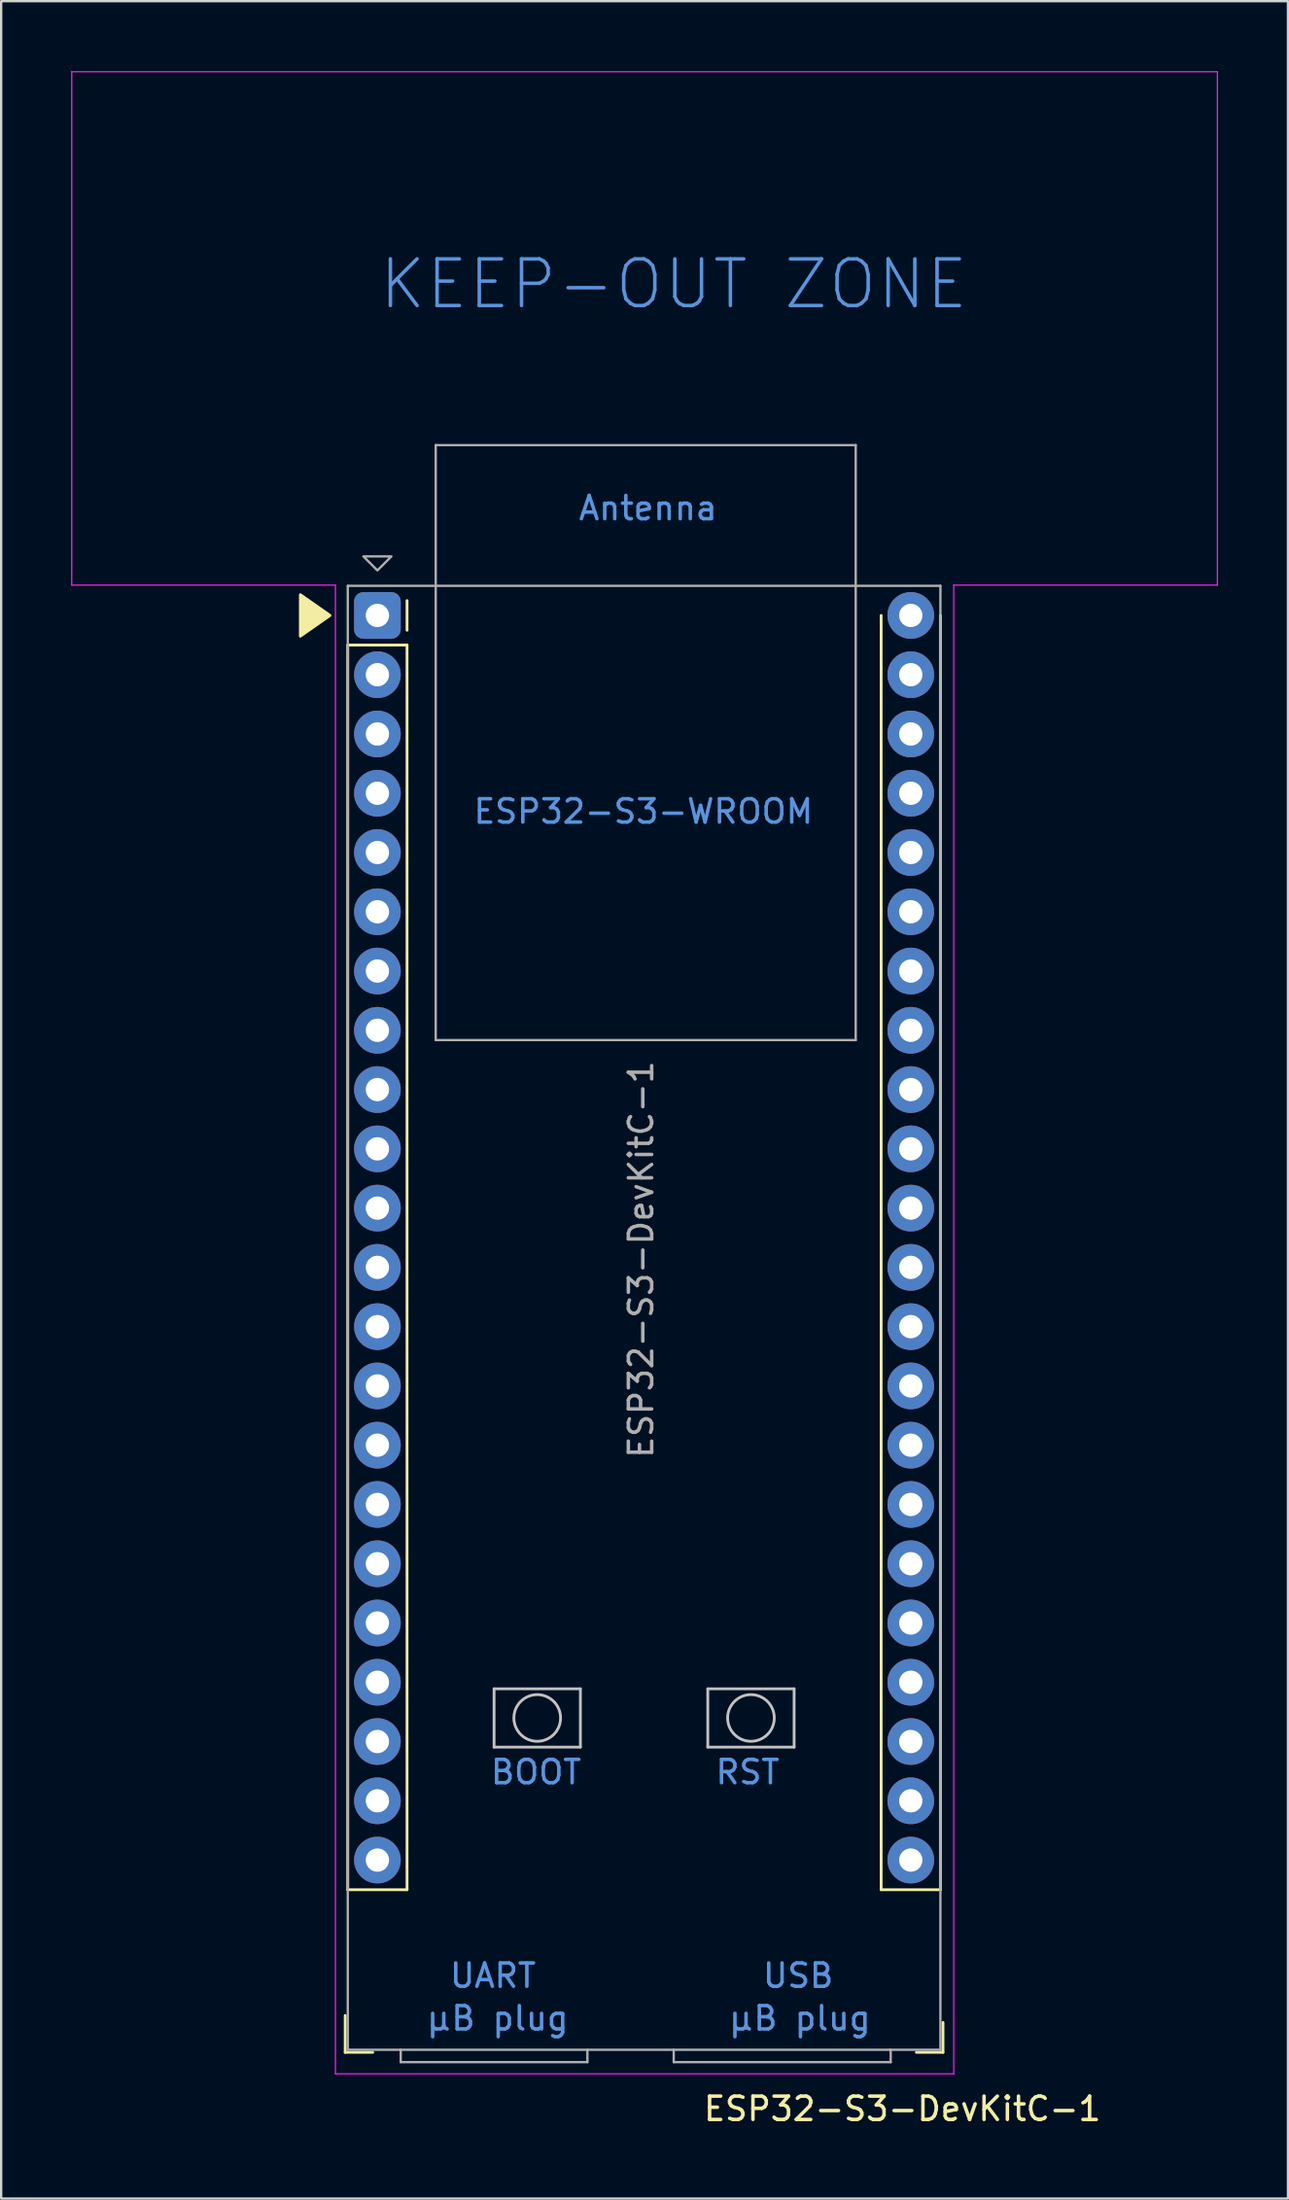
<source format=kicad_pcb>
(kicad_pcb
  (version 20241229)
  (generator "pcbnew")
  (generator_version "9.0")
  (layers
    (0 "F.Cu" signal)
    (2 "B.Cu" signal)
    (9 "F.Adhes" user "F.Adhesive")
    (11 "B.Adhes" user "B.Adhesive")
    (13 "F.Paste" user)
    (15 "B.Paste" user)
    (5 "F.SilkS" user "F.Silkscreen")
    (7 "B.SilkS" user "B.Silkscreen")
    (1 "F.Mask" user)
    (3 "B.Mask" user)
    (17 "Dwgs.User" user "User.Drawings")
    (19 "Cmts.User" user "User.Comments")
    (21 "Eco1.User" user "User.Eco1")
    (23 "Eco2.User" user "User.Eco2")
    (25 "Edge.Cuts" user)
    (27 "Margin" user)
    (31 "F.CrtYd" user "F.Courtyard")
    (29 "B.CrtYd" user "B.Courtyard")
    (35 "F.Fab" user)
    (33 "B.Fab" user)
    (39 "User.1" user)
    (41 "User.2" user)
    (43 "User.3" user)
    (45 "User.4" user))
  (footprint "ESP32-S3-DevKitC-1"
    (layer "F.Cu")
    (at 13.125 23.325)
    (property "Reference" "ESP32-S3-DevKitC-1" (at 22.5 64 0) (unlocked yes) (layer "F.SilkS") (effects (font (size 1 1) (thickness 0.15))))
    (attr through_hole)
    (fp_line (start -1.38 60) (end -1.38 61.58) (stroke (width 0.12) (type solid)) (layer "F.SilkS"))
    (fp_line (start -1.27 54.61) (end -1.27 1.27) (stroke (width 0.12) (type solid)) (layer "F.SilkS"))
    (fp_line (start -0.2 61.58) (end -1.38 61.58) (stroke (width 0.12) (type solid)) (layer "F.SilkS"))
    (fp_line (start 1.27 0.635) (end 1.27 -0.635) (stroke (width 0.12) (type solid)) (layer "F.SilkS"))
    (fp_line (start 1.27 1.27) (end -1.27 1.27) (stroke (width 0.12) (type solid)) (layer "F.SilkS"))
    (fp_line (start 1.27 1.27) (end 1.27 54.61) (stroke (width 0.12) (type solid)) (layer "F.SilkS"))
    (fp_line (start 1.27 54.61) (end -1.27 54.61) (stroke (width 0.12) (type solid)) (layer "F.SilkS"))
    (fp_line (start 21.59 54.61) (end 21.59 0) (stroke (width 0.12) (type solid)) (layer "F.SilkS"))
    (fp_line (start 23.1 61.58) (end 24.24 61.58) (stroke (width 0.12) (type solid)) (layer "F.SilkS"))
    (fp_line (start 24.13 0) (end 24.13 54.61) (stroke (width 0.12) (type solid)) (layer "F.SilkS"))
    (fp_line (start 24.13 54.61) (end 21.59 54.61) (stroke (width 0.12) (type solid)) (layer "F.SilkS"))
    (fp_line (start 24.24 60.3) (end 24.24 61.58) (stroke (width 0.12) (type solid)) (layer "F.SilkS"))
    (fp_poly (pts (xy -2.032 0) (xy -3.302 0.889) (xy -3.302 -0.889)) (stroke (width 0.12) (type solid)) (fill yes) (layer "F.SilkS"))
    (fp_line (start 5 46) (end 5 48.5) (stroke (width 0.12) (type solid)) (layer "Dwgs.User"))
    (fp_line (start 5 48.5) (end 8.7 48.5) (stroke (width 0.12) (type solid)) (layer "Dwgs.User"))
    (fp_line (start 8.7 46) (end 5 46) (stroke (width 0.12) (type solid)) (layer "Dwgs.User"))
    (fp_line (start 8.7 48.5) (end 8.7 46) (stroke (width 0.12) (type solid)) (layer "Dwgs.User"))
    (fp_line (start 14.16 46) (end 17.86 46) (stroke (width 0.12) (type solid)) (layer "Dwgs.User"))
    (fp_line (start 14.16 48.5) (end 14.16 46) (stroke (width 0.12) (type solid)) (layer "Dwgs.User"))
    (fp_line (start 17.86 46) (end 17.86 48.5) (stroke (width 0.12) (type solid)) (layer "Dwgs.User"))
    (fp_line (start 17.86 48.5) (end 14.16 48.5) (stroke (width 0.12) (type solid)) (layer "Dwgs.User"))
    (fp_circle (center 6.85 47.25) (end 7.85 47.25) (stroke (width 0.12) (type solid)) (fill no) (layer "Dwgs.User"))
    (fp_circle (center 16.01 47.25) (end 15.01 47.25) (stroke (width 0.12) (type solid)) (fill no) (layer "Dwgs.User"))
    (fp_line (start -13.1 -23.3) (end -13.1 -1.3) (stroke (width 0.05) (type solid)) (layer "F.CrtYd"))
    (fp_line (start -13.1 -1.3) (end -1.8 -1.3) (stroke (width 0.05) (type solid)) (layer "F.CrtYd"))
    (fp_line (start -1.8 -1.3) (end -1.8 62.5) (stroke (width 0.05) (type solid)) (layer "F.CrtYd"))
    (fp_line (start -1.8 62.5) (end 24.7 62.5) (stroke (width 0.05) (type solid)) (layer "F.CrtYd"))
    (fp_line (start 24.7 -1.3) (end 36 -1.3) (stroke (width 0.05) (type solid)) (layer "F.CrtYd"))
    (fp_line (start 24.7 62.5) (end 24.7 -1.3) (stroke (width 0.05) (type solid)) (layer "F.CrtYd"))
    (fp_line (start 36 -23.3) (end -13.1 -23.3) (stroke (width 0.05) (type solid)) (layer "F.CrtYd"))
    (fp_line (start 36 -1.3) (end 36 -23.3) (stroke (width 0.05) (type solid)) (layer "F.CrtYd"))
    (fp_line (start -1.27 -1.27) (end 24.13 -1.27) (stroke (width 0.1) (type solid)) (layer "F.Fab"))
    (fp_line (start -1.27 61.47) (end -1.27 -1.27) (stroke (width 0.1) (type solid)) (layer "F.Fab"))
    (fp_line (start 1 61.468) (end 1 62) (stroke (width 0.1) (type solid)) (layer "F.Fab"))
    (fp_line (start 1 62) (end 9 62) (stroke (width 0.1) (type solid)) (layer "F.Fab"))
    (fp_line (start 2.5 -7.3) (end 20.5 -7.3) (stroke (width 0.1) (type solid)) (layer "F.Fab"))
    (fp_line (start 2.5 18.2) (end 2.5 -7.3) (stroke (width 0.1) (type solid)) (layer "F.Fab"))
    (fp_line (start 2.5 18.2) (end 20.5 18.2) (stroke (width 0.1) (type solid)) (layer "F.Fab"))
    (fp_line (start 9 62) (end 9 61.468) (stroke (width 0.1) (type solid)) (layer "F.Fab"))
    (fp_line (start 12.7 62) (end 12.7 61.468) (stroke (width 0.1) (type solid)) (layer "F.Fab"))
    (fp_line (start 20.5 18.2) (end 20.5 -7.3) (stroke (width 0.1) (type solid)) (layer "F.Fab"))
    (fp_line (start 22 61.468) (end 22 62) (stroke (width 0.1) (type solid)) (layer "F.Fab"))
    (fp_line (start 22 62) (end 12.7 62) (stroke (width 0.1) (type solid)) (layer "F.Fab"))
    (fp_line (start 24.13 -1.27) (end 24.13 61.47) (stroke (width 0.1) (type solid)) (layer "F.Fab"))
    (fp_line (start 24.13 61.47) (end -1.27 61.47) (stroke (width 0.1) (type solid)) (layer "F.Fab"))
    (fp_poly (pts (xy 0 -1.93) (xy -0.6 -2.53) (xy 0.6 -2.53)) (stroke (width 0.1) (type solid)) (fill no) (layer "F.Fab"))
    (fp_text user "ESP32-S3-WROOM" (at 11.4 8.4 0) (unlocked yes) (layer "Cmts.User") (effects (font (size 1 1) (thickness 0.15))))
    (fp_text user "BOOT" (at 6.8 49.57 0) (unlocked yes) (layer "Cmts.User") (effects (font (size 1 1) (thickness 0.15))))
    (fp_text user "KEEP-OUT ZONE" (at 12.7 -14.2 0) (layer "Cmts.User") (effects (font (size 2 2) (thickness 0.15))))
    (fp_text user "Antenna" (at 11.6 -4.6 0) (layer "Cmts.User") (effects (font (size 1 1) (thickness 0.15))))
    (fp_text user "µB plug" (at 14.986 60.706 0) (unlocked yes) (layer "Cmts.User") (effects (font (size 1 1) (thickness 0.15)) (justify left bottom)))
    (fp_text user "USB" (at 18.034 58.293 0) (unlocked yes) (layer "Cmts.User") (effects (font (size 1 1) (thickness 0.15))))
    (fp_text user "µB plug" (at 2.032 60.706 0) (unlocked yes) (layer "Cmts.User") (effects (font (size 1 1) (thickness 0.15)) (justify left bottom)))
    (fp_text user "UART" (at 4.953 58.293 0) (unlocked yes) (layer "Cmts.User") (effects (font (size 1 1) (thickness 0.15))))
    (fp_text user "RST" (at 15.867 49.57 0) (unlocked yes) (layer "Cmts.User") (effects (font (size 1 1) (thickness 0.15))))
    (fp_text user "${REFERENCE}" (at 11.3 27.6 90) (unlocked yes) (layer "F.Fab") (effects (font (size 1 1) (thickness 0.15))))
    (pad "1" thru_hole roundrect (at 0 0) (size 2 2) (drill 1) (layers "*.Cu" "*.Mask") (roundrect_rratio 0.2))
    (pad "2" thru_hole circle (at 0 2.54) (size 2 2) (drill 1) (layers "*.Cu" "*.Mask"))
    (pad "3" thru_hole circle (at 0 5.08) (size 2 2) (drill 1) (layers "*.Cu" "*.Mask"))
    (pad "4" thru_hole circle (at 0 7.62) (size 2 2) (drill 1) (layers "*.Cu" "*.Mask"))
    (pad "5" thru_hole circle (at 0 10.16) (size 2 2) (drill 1) (layers "*.Cu" "*.Mask"))
    (pad "6" thru_hole circle (at 0 12.7) (size 2 2) (drill 1) (layers "*.Cu" "*.Mask"))
    (pad "7" thru_hole circle (at 0 15.24) (size 2 2) (drill 1) (layers "*.Cu" "*.Mask"))
    (pad "8" thru_hole circle (at 0 17.78) (size 2 2) (drill 1) (layers "*.Cu" "*.Mask"))
    (pad "9" thru_hole circle (at 0 20.32) (size 2 2) (drill 1) (layers "*.Cu" "*.Mask"))
    (pad "10" thru_hole circle (at 0 22.86) (size 2 2) (drill 1) (layers "*.Cu" "*.Mask"))
    (pad "11" thru_hole circle (at 0 25.4) (size 2 2) (drill 1) (layers "*.Cu" "*.Mask"))
    (pad "12" thru_hole circle (at 0 27.94) (size 2 2) (drill 1) (layers "*.Cu" "*.Mask"))
    (pad "13" thru_hole circle (at 0 30.48) (size 2 2) (drill 1) (layers "*.Cu" "*.Mask"))
    (pad "14" thru_hole circle (at 0 33.02) (size 2 2) (drill 1) (layers "*.Cu" "*.Mask"))
    (pad "15" thru_hole circle (at 0 35.56) (size 2 2) (drill 1) (layers "*.Cu" "*.Mask"))
    (pad "16" thru_hole circle (at 0 38.1) (size 2 2) (drill 1) (layers "*.Cu" "*.Mask"))
    (pad "17" thru_hole circle (at 0 40.64) (size 2 2) (drill 1) (layers "*.Cu" "*.Mask"))
    (pad "18" thru_hole circle (at 0 43.18) (size 2 2) (drill 1) (layers "*.Cu" "*.Mask"))
    (pad "19" thru_hole circle (at 0 45.72) (size 2 2) (drill 1) (layers "*.Cu" "*.Mask"))
    (pad "20" thru_hole circle (at 0 48.26) (size 2 2) (drill 1) (layers "*.Cu" "*.Mask"))
    (pad "21" thru_hole circle (at 0 50.8) (size 2 2) (drill 1) (layers "*.Cu" "*.Mask"))
    (pad "22" thru_hole circle (at 0 53.34) (size 2 2) (drill 1) (layers "*.Cu" "*.Mask"))
    (pad "23" thru_hole circle (at 22.86 53.34) (size 2 2) (drill 1) (layers "*.Cu" "*.Mask"))
    (pad "24" thru_hole circle (at 22.86 50.8) (size 2 2) (drill 1) (layers "*.Cu" "*.Mask"))
    (pad "25" thru_hole circle (at 22.86 48.26) (size 2 2) (drill 1) (layers "*.Cu" "*.Mask"))
    (pad "26" thru_hole circle (at 22.86 45.72) (size 2 2) (drill 1) (layers "*.Cu" "*.Mask"))
    (pad "27" thru_hole circle (at 22.86 43.18) (size 2 2) (drill 1) (layers "*.Cu" "*.Mask"))
    (pad "28" thru_hole circle (at 22.86 40.64) (size 2 2) (drill 1) (layers "*.Cu" "*.Mask"))
    (pad "29" thru_hole circle (at 22.86 38.1) (size 2 2) (drill 1) (layers "*.Cu" "*.Mask"))
    (pad "30" thru_hole circle (at 22.86 35.56) (size 2 2) (drill 1) (layers "*.Cu" "*.Mask"))
    (pad "31" thru_hole circle (at 22.86 33.02) (size 2 2) (drill 1) (layers "*.Cu" "*.Mask"))
    (pad "32" thru_hole circle (at 22.86 30.48) (size 2 2) (drill 1) (layers "*.Cu" "*.Mask"))
    (pad "33" thru_hole circle (at 22.86 27.94) (size 2 2) (drill 1) (layers "*.Cu" "*.Mask"))
    (pad "34" thru_hole circle (at 22.86 25.4) (size 2 2) (drill 1) (layers "*.Cu" "*.Mask"))
    (pad "35" thru_hole circle (at 22.86 22.86) (size 2 2) (drill 1) (layers "*.Cu" "*.Mask"))
    (pad "36" thru_hole circle (at 22.86 20.32) (size 2 2) (drill 1) (layers "*.Cu" "*.Mask"))
    (pad "37" thru_hole circle (at 22.86 17.78) (size 2 2) (drill 1) (layers "*.Cu" "*.Mask"))
    (pad "38" thru_hole circle (at 22.86 15.24) (size 2 2) (drill 1) (layers "*.Cu" "*.Mask"))
    (pad "39" thru_hole circle (at 22.86 12.7) (size 2 2) (drill 1) (layers "*.Cu" "*.Mask"))
    (pad "40" thru_hole circle (at 22.86 10.16) (size 2 2) (drill 1) (layers "*.Cu" "*.Mask"))
    (pad "41" thru_hole circle (at 22.86 7.62) (size 2 2) (drill 1) (layers "*.Cu" "*.Mask"))
    (pad "42" thru_hole circle (at 22.86 5.08) (size 2 2) (drill 1) (layers "*.Cu" "*.Mask"))
    (pad "43" thru_hole circle (at 22.86 2.54) (size 2 2) (drill 1) (layers "*.Cu" "*.Mask"))
    (pad "44" thru_hole circle (at 22.86 0) (size 2 2) (drill 1) (layers "*.Cu" "*.Mask"))
    (zone (net_name "") (layers "F.Cu" "B.Cu") (name "Antenna Keepout") (hatch full 0.508) (connect_pads) (min_thickness 0.254) (filled_areas_thickness no) (keepout (tracks not_allowed) (vias not_allowed) (pads not_allowed) (copperpour not_allowed) (footprints not_allowed)) (placement (enabled no)) (fill) (polygon (pts (xy 0.552 21.525) (xy 48.552 21.525) (xy 48.552 0.525) (xy 0.552 0.525)))))
  (gr_rect
    (start -3 -3)
    (end 52.15 91.173)
    (stroke (width 0.1) (type default))
    (fill no)
    (layer "Edge.Cuts")))
</source>
